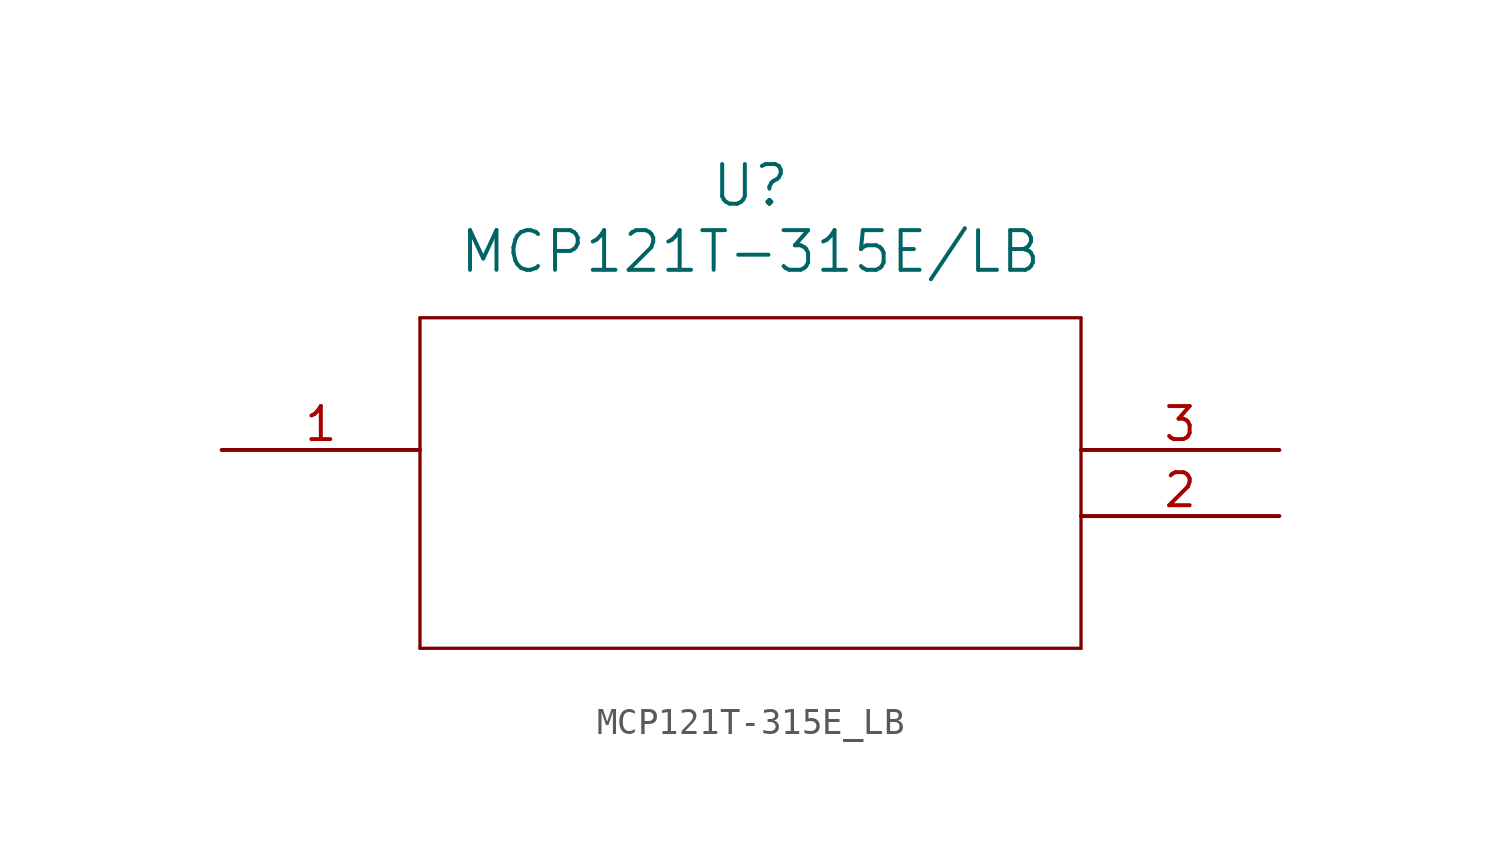
<source format=kicad_sym>
(kicad_symbol_lib
  (version 20211014)
  (generator kicad_symbol_editor)
  (symbol "MCP121T-315E_LB"
    (pin_names
      (offset 0.254))
    (property "Reference" "U"
      (at 20.32 10.16 0)
      (effects (font (size 1.524 1.524))))
    (property "Value" "MCP121T-315E/LB"
      (at 20.32 7.62 0)
      (effects (font (size 1.524 1.524))))
    (symbol "MCP121T-315E_LB_0_1"
      (polyline (pts (xy 7.62 5.08) (xy 7.62 -7.62)) (stroke (width 0.127) (type default) (color 0 0 0 0)) (fill (type none)))
      (polyline (pts (xy 7.62 -7.62) (xy 33.02 -7.62)) (stroke (width 0.127) (type default) (color 0 0 0 0)) (fill (type none)))
      (polyline (pts (xy 33.02 -7.62) (xy 33.02 5.08)) (stroke (width 0.127) (type default) (color 0 0 0 0)) (fill (type none)))
      (polyline (pts (xy 33.02 5.08) (xy 7.62 5.08)) (stroke (width 0.127) (type default) (color 0 0 0 0)) (fill (type none)))
      (pin unspecified line (at 0 0 0) (length 7.62) (name "" (effects (font (size 1.27 1.27)))) (number "1" (effects (font (size 1.27 1.27)))))
      (pin unspecified line (at 40.64 -2.54 180) (length 7.62) (name "" (effects (font (size 1.27 1.27)))) (number "2" (effects (font (size 1.27 1.27)))))
      (pin unspecified line (at 40.64 0 180) (length 7.62) (name "" (effects (font (size 1.27 1.27)))) (number "3" (effects (font (size 1.27 1.27))))))))
</source>
